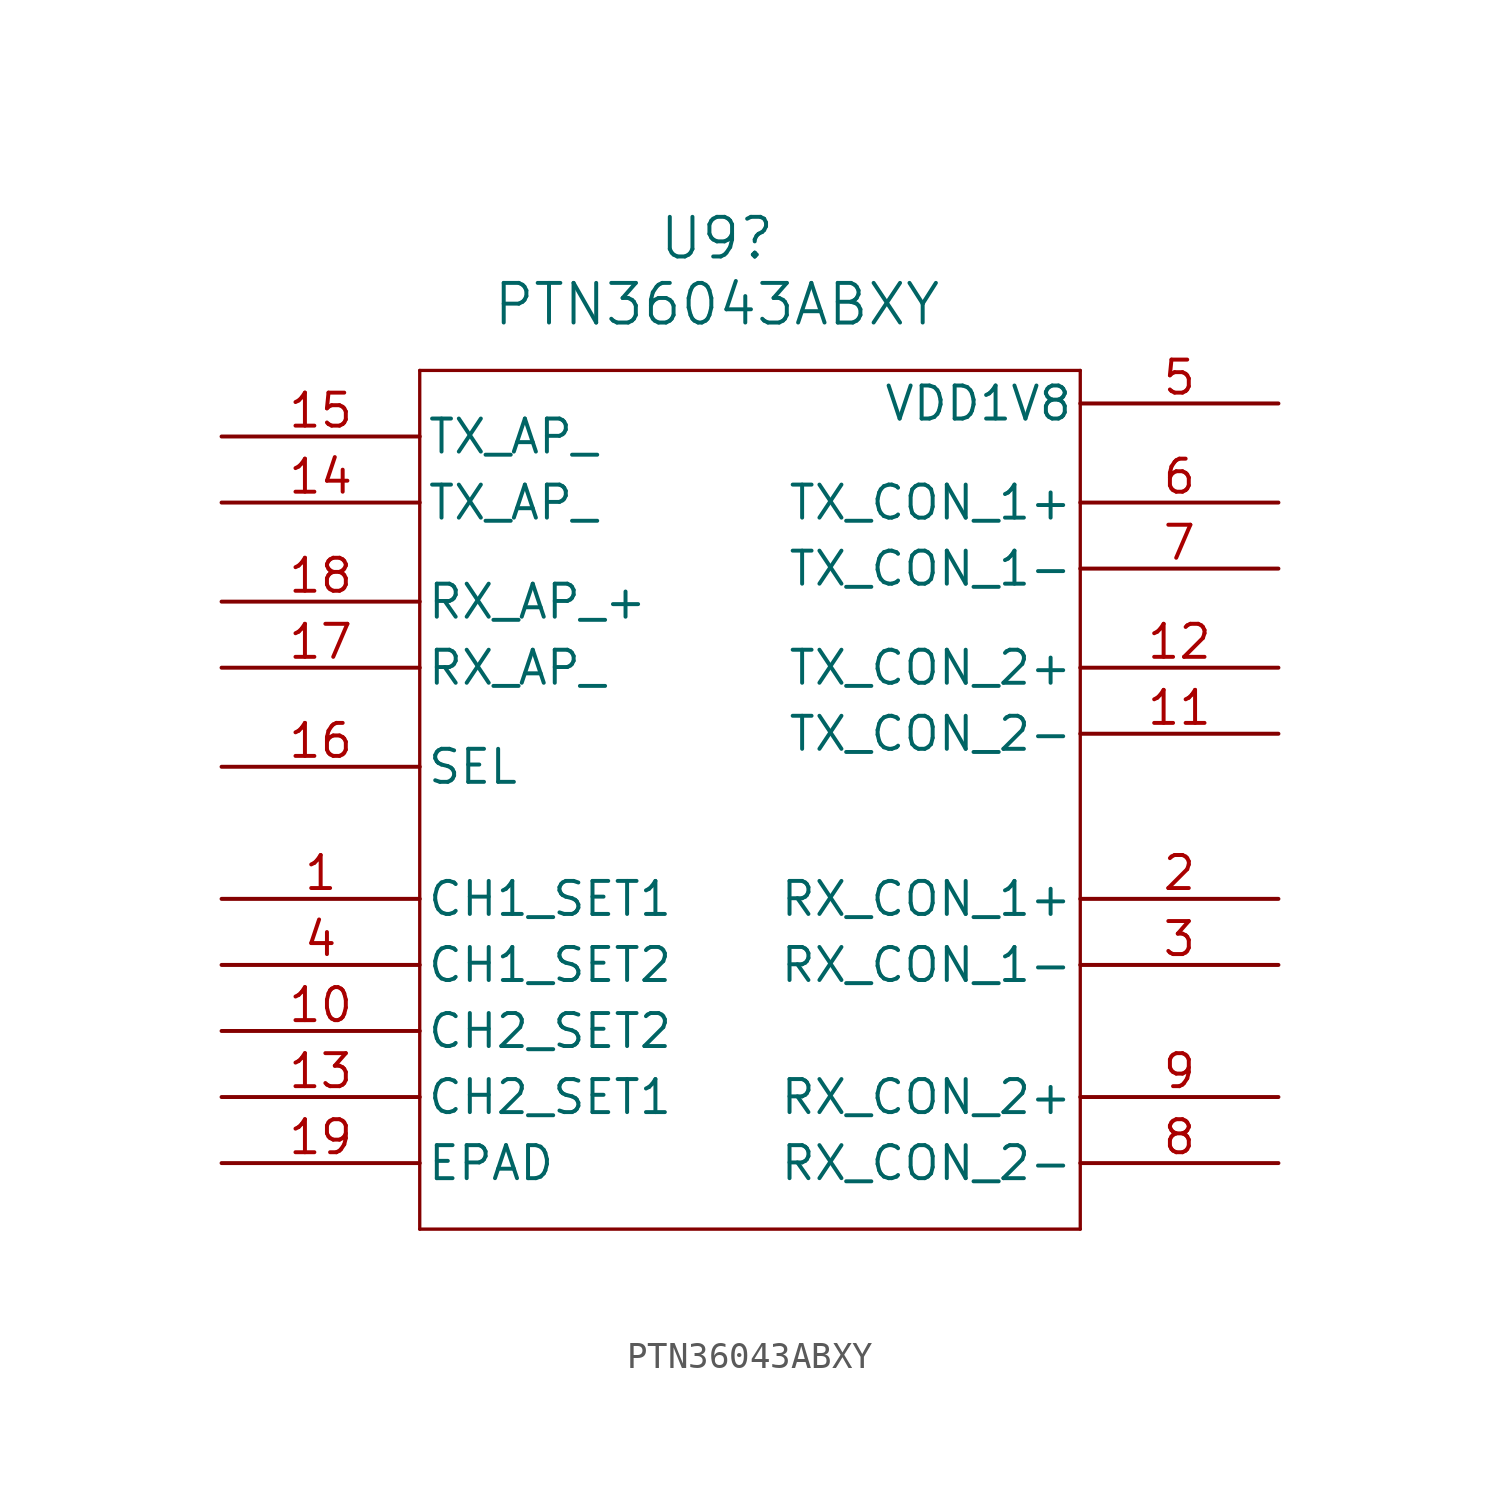
<source format=kicad_sym>
(kicad_symbol_lib
  (version 20220914)
  (generator kicad_symbol_editor)
  (symbol "PTN36043ABXY"
    (pin_names
      (offset 0.254))
    (property "Reference" "U9"
      (at -1.27 20.32 0)
      (effects (font (size 1.524 1.524))))
    (property "Value" "PTN36043ABXY"
      (at -1.27 17.78 0)
      (effects (font (size 1.524 1.524))))
    (property "ki_locked" ""
      (at 0 0 0)
      (effects (font (size 1.27 1.27))))
    (symbol "PTN36043ABXY_0_1"
      (polyline (pts (xy -12.7 -17.78) (xy 12.7 -17.78)) (stroke (width 0.127) (type default)) (fill (type none)))
      (polyline (pts (xy -12.7 15.24) (xy -12.7 -17.78)) (stroke (width 0.127) (type default)) (fill (type none)))
      (polyline (pts (xy 12.7 -17.78) (xy 12.7 15.24)) (stroke (width 0.127) (type default)) (fill (type none)))
      (polyline (pts (xy 12.7 15.24) (xy -12.7 15.24)) (stroke (width 0.127) (type default)) (fill (type none)))
      (pin input line (at -20.32 -5.08 0) (length 7.62) (name "CH1_SET1" (effects (font (size 1.27 1.27)))) (number "1" (effects (font (size 1.27 1.27)))))
      (pin input line (at -20.32 -10.16 0) (length 7.62) (name "CH2_SET2" (effects (font (size 1.27 1.27)))) (number "10" (effects (font (size 1.27 1.27)))))
      (pin input line (at -20.32 -12.7 0) (length 7.62) (name "CH2_SET1" (effects (font (size 1.27 1.27)))) (number "13" (effects (font (size 1.27 1.27)))))
      (pin input line (at -20.32 10.16 0) (length 7.62) (name "TX_AP_" (effects (font (size 1.27 1.27)))) (number "14" (effects (font (size 1.27 1.27)))))
      (pin input line (at -20.32 12.7 0) (length 7.62) (name "TX_AP_" (effects (font (size 1.27 1.27)))) (number "15" (effects (font (size 1.27 1.27)))))
      (pin input line (at -20.32 0 0) (length 7.62) (name "SEL" (effects (font (size 1.27 1.27)))) (number "16" (effects (font (size 1.27 1.27)))))
      (pin output line (at -20.32 3.81 0) (length 7.62) (name "RX_AP_" (effects (font (size 1.27 1.27)))) (number "17" (effects (font (size 1.27 1.27)))))
      (pin output line (at -20.32 6.35 0) (length 7.62) (name "RX_AP_+" (effects (font (size 1.27 1.27)))) (number "18" (effects (font (size 1.27 1.27)))))
      (pin power_out line (at -20.32 -15.24 0) (length 7.62) (name "EPAD" (effects (font (size 1.27 1.27)))) (number "19" (effects (font (size 1.27 1.27)))))
      (pin input line (at -20.32 -7.62 0) (length 7.62) (name "CH1_SET2" (effects (font (size 1.27 1.27)))) (number "4" (effects (font (size 1.27 1.27)))))
      (pin power_in line (at 20.32 13.97 180) (length 7.62) (name "VDD1V8" (effects (font (size 1.27 1.27)))) (number "5" (effects (font (size 1.27 1.27))))))
    (symbol "PTN36043ABXY_1_1"
      (pin output line (at 20.32 1.27 180) (length 7.62) (name "TX_CON_2-" (effects (font (size 1.27 1.27)))) (number "11" (effects (font (size 1.27 1.27)))))
      (pin output line (at 20.32 3.81 180) (length 7.62) (name "TX_CON_2+" (effects (font (size 1.27 1.27)))) (number "12" (effects (font (size 1.27 1.27)))))
      (pin input line (at 20.32 -5.08 180) (length 7.62) (name "RX_CON_1+" (effects (font (size 1.27 1.27)))) (number "2" (effects (font (size 1.27 1.27)))))
      (pin input line (at 20.32 -7.62 180) (length 7.62) (name "RX_CON_1-" (effects (font (size 1.27 1.27)))) (number "3" (effects (font (size 1.27 1.27)))))
      (pin output line (at 20.32 10.16 180) (length 7.62) (name "TX_CON_1+" (effects (font (size 1.27 1.27)))) (number "6" (effects (font (size 1.27 1.27)))))
      (pin output line (at 20.32 7.62 180) (length 7.62) (name "TX_CON_1-" (effects (font (size 1.27 1.27)))) (number "7" (effects (font (size 1.27 1.27)))))
      (pin input line (at 20.32 -15.24 180) (length 7.62) (name "RX_CON_2-" (effects (font (size 1.27 1.27)))) (number "8" (effects (font (size 1.27 1.27)))))
      (pin input line (at 20.32 -12.7 180) (length 7.62) (name "RX_CON_2+" (effects (font (size 1.27 1.27)))) (number "9" (effects (font (size 1.27 1.27))))))))
</source>
